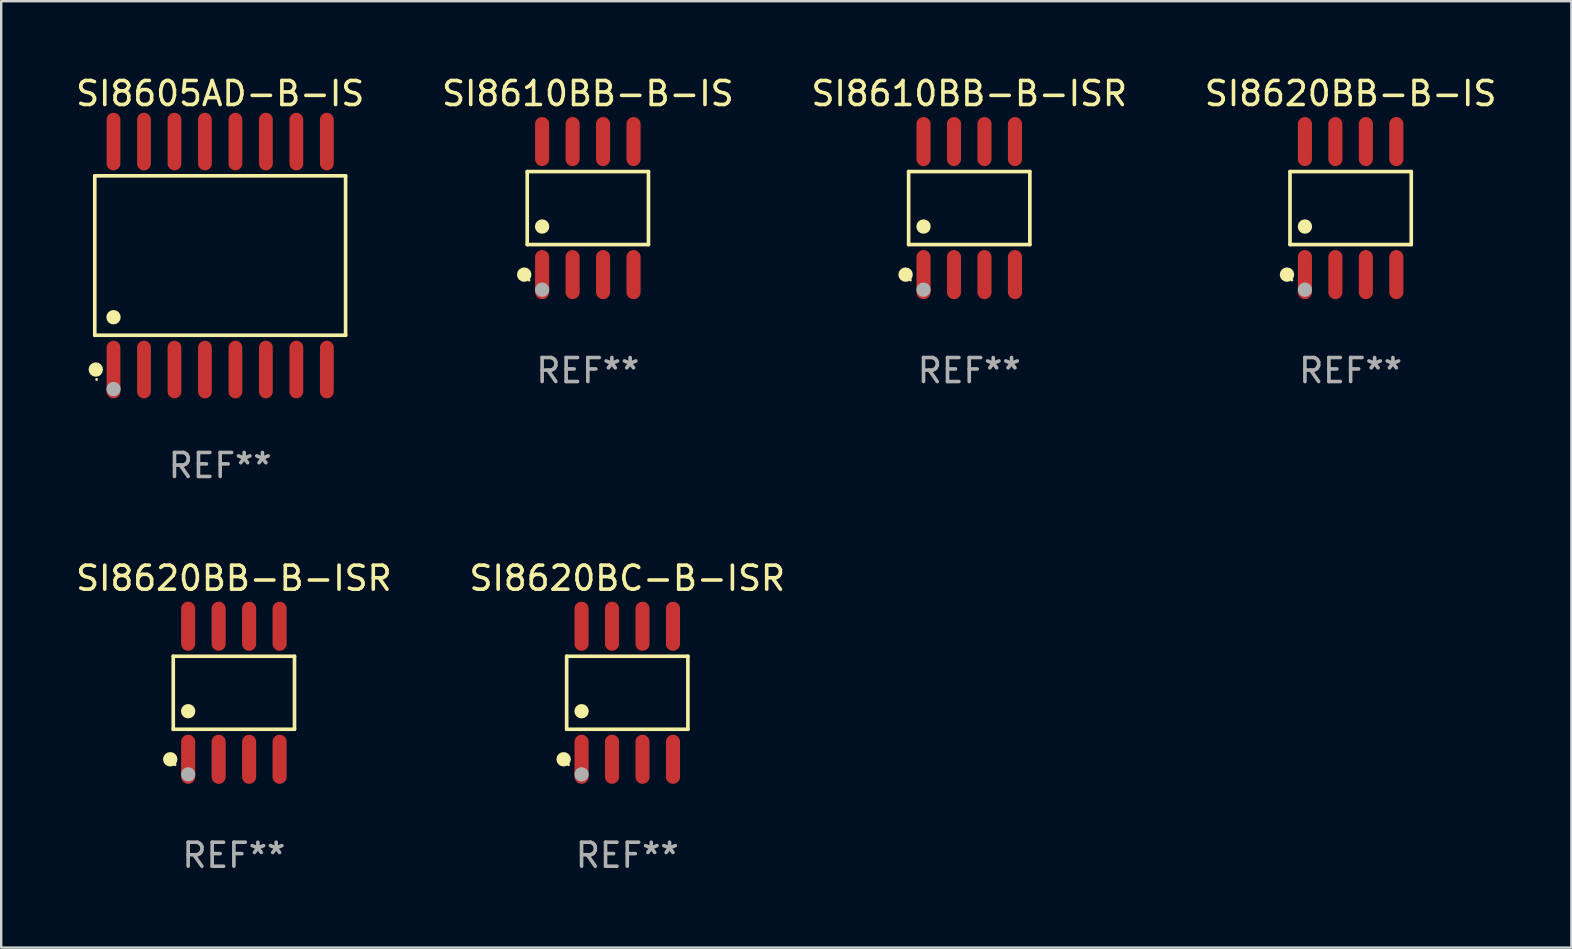
<source format=kicad_pcb>
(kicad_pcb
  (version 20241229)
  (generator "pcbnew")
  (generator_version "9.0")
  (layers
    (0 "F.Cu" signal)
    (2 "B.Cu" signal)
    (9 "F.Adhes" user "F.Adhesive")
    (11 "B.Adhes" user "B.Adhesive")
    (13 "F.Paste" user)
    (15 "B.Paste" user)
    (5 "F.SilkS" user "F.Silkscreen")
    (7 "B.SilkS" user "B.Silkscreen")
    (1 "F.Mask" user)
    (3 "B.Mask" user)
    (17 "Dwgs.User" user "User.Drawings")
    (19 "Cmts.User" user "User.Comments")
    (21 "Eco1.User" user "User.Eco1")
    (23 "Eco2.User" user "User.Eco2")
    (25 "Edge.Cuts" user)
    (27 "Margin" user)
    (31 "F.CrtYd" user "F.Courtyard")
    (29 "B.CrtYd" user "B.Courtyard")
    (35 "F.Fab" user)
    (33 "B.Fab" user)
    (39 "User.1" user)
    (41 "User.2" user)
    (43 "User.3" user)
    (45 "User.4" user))
  (footprint "SI8610BB-B-ISR"
    (layer "F.Cu")
    (at 37.339 5.621)
    (property "Reference" "SI8610BB-B-ISR" (at 0 -4.772 0) (layer "F.SilkS") (effects (font (size 1 1) (thickness 0.15))))
    (attr through_hole)
    (fp_line (start -2.526 -1.521) (end 2.526 -1.521) (stroke (width 0.152) (type solid)) (layer "F.SilkS"))
    (fp_line (start -2.526 1.521) (end -2.526 -1.521) (stroke (width 0.152) (type solid)) (layer "F.SilkS"))
    (fp_line (start 2.526 -1.521) (end 2.526 1.521) (stroke (width 0.152) (type solid)) (layer "F.SilkS"))
    (fp_line (start 2.526 1.521) (end -2.526 1.521) (stroke (width 0.152) (type solid)) (layer "F.SilkS"))
    (fp_circle (center -2.652 2.772) (end -2.501 2.772) (stroke (width 0.3) (type solid)) (fill no) (layer "F.SilkS"))
    (fp_circle (center -2.45 3) (end -2.42 3) (stroke (width 0.06) (type solid)) (fill no) (layer "F.SilkS"))
    (fp_circle (center -1.905 0.769) (end -1.755 0.769) (stroke (width 0.3) (type solid)) (fill no) (layer "F.SilkS"))
    (fp_circle (center -1.905 3.4) (end -1.755 3.4) (stroke (width 0.3) (type solid)) (fill no) (layer "F.Fab"))
    (fp_text user "REF**" (at 0 6.772 0) (layer "F.Fab") (effects (font (size 1 1) (thickness 0.15))))
    (pad "1" smd oval (at -1.905 2.772) (size 0.588 2.045) (layers "F.Cu" "F.Mask" "F.Paste"))
    (pad "2" smd oval (at -0.635 2.772) (size 0.588 2.045) (layers "F.Cu" "F.Mask" "F.Paste"))
    (pad "3" smd oval (at 0.635 2.772) (size 0.588 2.045) (layers "F.Cu" "F.Mask" "F.Paste"))
    (pad "4" smd oval (at 1.905 2.772) (size 0.588 2.045) (layers "F.Cu" "F.Mask" "F.Paste"))
    (pad "5" smd oval (at 1.905 -2.772) (size 0.588 2.045) (layers "F.Cu" "F.Mask" "F.Paste"))
    (pad "6" smd oval (at 0.635 -2.772) (size 0.588 2.045) (layers "F.Cu" "F.Mask" "F.Paste"))
    (pad "7" smd oval (at -0.635 -2.772) (size 0.588 2.045) (layers "F.Cu" "F.Mask" "F.Paste"))
    (pad "8" smd oval (at -1.905 -2.772) (size 0.588 2.045) (layers "F.Cu" "F.Mask" "F.Paste")))
  (footprint "SI8620BC-B-ISR"
    (layer "F.Cu")
    (at 23.089 25.818)
    (property "Reference" "SI8620BC-B-ISR" (at 0 -4.772 0) (layer "F.SilkS") (effects (font (size 1 1) (thickness 0.15))))
    (attr through_hole)
    (fp_line (start -2.526 -1.521) (end 2.526 -1.521) (stroke (width 0.152) (type solid)) (layer "F.SilkS"))
    (fp_line (start -2.526 1.521) (end -2.526 -1.521) (stroke (width 0.152) (type solid)) (layer "F.SilkS"))
    (fp_line (start 2.526 -1.521) (end 2.526 1.521) (stroke (width 0.152) (type solid)) (layer "F.SilkS"))
    (fp_line (start 2.526 1.521) (end -2.526 1.521) (stroke (width 0.152) (type solid)) (layer "F.SilkS"))
    (fp_circle (center -2.652 2.772) (end -2.501 2.772) (stroke (width 0.3) (type solid)) (fill no) (layer "F.SilkS"))
    (fp_circle (center -2.45 3) (end -2.42 3) (stroke (width 0.06) (type solid)) (fill no) (layer "F.SilkS"))
    (fp_circle (center -1.905 0.769) (end -1.755 0.769) (stroke (width 0.3) (type solid)) (fill no) (layer "F.SilkS"))
    (fp_circle (center -1.905 3.4) (end -1.755 3.4) (stroke (width 0.3) (type solid)) (fill no) (layer "F.Fab"))
    (fp_text user "REF**" (at 0 6.772 0) (layer "F.Fab") (effects (font (size 1 1) (thickness 0.15))))
    (pad "1" smd oval (at -1.905 2.772) (size 0.588 2.045) (layers "F.Cu" "F.Mask" "F.Paste"))
    (pad "2" smd oval (at -0.635 2.772) (size 0.588 2.045) (layers "F.Cu" "F.Mask" "F.Paste"))
    (pad "3" smd oval (at 0.635 2.772) (size 0.588 2.045) (layers "F.Cu" "F.Mask" "F.Paste"))
    (pad "4" smd oval (at 1.905 2.772) (size 0.588 2.045) (layers "F.Cu" "F.Mask" "F.Paste"))
    (pad "5" smd oval (at 1.905 -2.772) (size 0.588 2.045) (layers "F.Cu" "F.Mask" "F.Paste"))
    (pad "6" smd oval (at 0.635 -2.772) (size 0.588 2.045) (layers "F.Cu" "F.Mask" "F.Paste"))
    (pad "7" smd oval (at -0.635 -2.772) (size 0.588 2.045) (layers "F.Cu" "F.Mask" "F.Paste"))
    (pad "8" smd oval (at -1.905 -2.772) (size 0.588 2.045) (layers "F.Cu" "F.Mask" "F.Paste")))
  (footprint "SI8620BB-B-ISR"
    (layer "F.Cu")
    (at 6.696 25.818)
    (property "Reference" "SI8620BB-B-ISR" (at 0 -4.772 0) (layer "F.SilkS") (effects (font (size 1 1) (thickness 0.15))))
    (attr through_hole)
    (fp_line (start -2.526 -1.521) (end 2.526 -1.521) (stroke (width 0.152) (type solid)) (layer "F.SilkS"))
    (fp_line (start -2.526 1.521) (end -2.526 -1.521) (stroke (width 0.152) (type solid)) (layer "F.SilkS"))
    (fp_line (start 2.526 -1.521) (end 2.526 1.521) (stroke (width 0.152) (type solid)) (layer "F.SilkS"))
    (fp_line (start 2.526 1.521) (end -2.526 1.521) (stroke (width 0.152) (type solid)) (layer "F.SilkS"))
    (fp_circle (center -2.652 2.772) (end -2.501 2.772) (stroke (width 0.3) (type solid)) (fill no) (layer "F.SilkS"))
    (fp_circle (center -2.45 3) (end -2.42 3) (stroke (width 0.06) (type solid)) (fill no) (layer "F.SilkS"))
    (fp_circle (center -1.905 0.769) (end -1.755 0.769) (stroke (width 0.3) (type solid)) (fill no) (layer "F.SilkS"))
    (fp_circle (center -1.905 3.4) (end -1.755 3.4) (stroke (width 0.3) (type solid)) (fill no) (layer "F.Fab"))
    (fp_text user "REF**" (at 0 6.772 0) (layer "F.Fab") (effects (font (size 1 1) (thickness 0.15))))
    (pad "1" smd oval (at -1.905 2.772) (size 0.588 2.045) (layers "F.Cu" "F.Mask" "F.Paste"))
    (pad "2" smd oval (at -0.635 2.772) (size 0.588 2.045) (layers "F.Cu" "F.Mask" "F.Paste"))
    (pad "3" smd oval (at 0.635 2.772) (size 0.588 2.045) (layers "F.Cu" "F.Mask" "F.Paste"))
    (pad "4" smd oval (at 1.905 2.772) (size 0.588 2.045) (layers "F.Cu" "F.Mask" "F.Paste"))
    (pad "5" smd oval (at 1.905 -2.772) (size 0.588 2.045) (layers "F.Cu" "F.Mask" "F.Paste"))
    (pad "6" smd oval (at 0.635 -2.772) (size 0.588 2.045) (layers "F.Cu" "F.Mask" "F.Paste"))
    (pad "7" smd oval (at -0.635 -2.772) (size 0.588 2.045) (layers "F.Cu" "F.Mask" "F.Paste"))
    (pad "8" smd oval (at -1.905 -2.772) (size 0.588 2.045) (layers "F.Cu" "F.Mask" "F.Paste")))
  (footprint "SI8610BB-B-IS"
    (layer "F.Cu")
    (at 21.446 5.621)
    (property "Reference" "SI8610BB-B-IS" (at 0 -4.772 0) (layer "F.SilkS") (effects (font (size 1 1) (thickness 0.15))))
    (attr through_hole)
    (fp_line (start -2.526 -1.521) (end 2.526 -1.521) (stroke (width 0.152) (type solid)) (layer "F.SilkS"))
    (fp_line (start -2.526 1.521) (end -2.526 -1.521) (stroke (width 0.152) (type solid)) (layer "F.SilkS"))
    (fp_line (start 2.526 -1.521) (end 2.526 1.521) (stroke (width 0.152) (type solid)) (layer "F.SilkS"))
    (fp_line (start 2.526 1.521) (end -2.526 1.521) (stroke (width 0.152) (type solid)) (layer "F.SilkS"))
    (fp_circle (center -2.652 2.772) (end -2.501 2.772) (stroke (width 0.3) (type solid)) (fill no) (layer "F.SilkS"))
    (fp_circle (center -2.45 3) (end -2.42 3) (stroke (width 0.06) (type solid)) (fill no) (layer "F.SilkS"))
    (fp_circle (center -1.905 0.769) (end -1.755 0.769) (stroke (width 0.3) (type solid)) (fill no) (layer "F.SilkS"))
    (fp_circle (center -1.905 3.4) (end -1.755 3.4) (stroke (width 0.3) (type solid)) (fill no) (layer "F.Fab"))
    (fp_text user "REF**" (at 0 6.772 0) (layer "F.Fab") (effects (font (size 1 1) (thickness 0.15))))
    (pad "1" smd oval (at -1.905 2.772) (size 0.588 2.045) (layers "F.Cu" "F.Mask" "F.Paste"))
    (pad "2" smd oval (at -0.635 2.772) (size 0.588 2.045) (layers "F.Cu" "F.Mask" "F.Paste"))
    (pad "3" smd oval (at 0.635 2.772) (size 0.588 2.045) (layers "F.Cu" "F.Mask" "F.Paste"))
    (pad "4" smd oval (at 1.905 2.772) (size 0.588 2.045) (layers "F.Cu" "F.Mask" "F.Paste"))
    (pad "5" smd oval (at 1.905 -2.772) (size 0.588 2.045) (layers "F.Cu" "F.Mask" "F.Paste"))
    (pad "6" smd oval (at 0.635 -2.772) (size 0.588 2.045) (layers "F.Cu" "F.Mask" "F.Paste"))
    (pad "7" smd oval (at -0.635 -2.772) (size 0.588 2.045) (layers "F.Cu" "F.Mask" "F.Paste"))
    (pad "8" smd oval (at -1.905 -2.772) (size 0.588 2.045) (layers "F.Cu" "F.Mask" "F.Paste")))
  (footprint "SI8605AD-B-IS"
    (layer "F.Cu")
    (at 6.125 7.599)
    (property "Reference" "SI8605AD-B-IS" (at 0 -6.75 0) (layer "F.SilkS") (effects (font (size 1 1) (thickness 0.15))))
    (attr through_hole)
    (fp_line (start -5.226 -3.321) (end 5.226 -3.321) (stroke (width 0.152) (type solid)) (layer "F.SilkS"))
    (fp_line (start -5.226 3.321) (end -5.226 -3.321) (stroke (width 0.152) (type solid)) (layer "F.SilkS"))
    (fp_line (start 5.226 -3.321) (end 5.226 3.321) (stroke (width 0.152) (type solid)) (layer "F.SilkS"))
    (fp_line (start 5.226 3.321) (end -5.226 3.321) (stroke (width 0.152) (type solid)) (layer "F.SilkS"))
    (fp_circle (center -5.184 4.75) (end -5.034 4.75) (stroke (width 0.3) (type solid)) (fill no) (layer "F.SilkS"))
    (fp_circle (center -5.15 5.163) (end -5.12 5.163) (stroke (width 0.06) (type solid)) (fill no) (layer "F.SilkS"))
    (fp_circle (center -4.445 2.569) (end -4.295 2.569) (stroke (width 0.3) (type solid)) (fill no) (layer "F.SilkS"))
    (fp_circle (center -4.445 5.563) (end -4.295 5.563) (stroke (width 0.3) (type solid)) (fill no) (layer "F.Fab"))
    (fp_text user "REF**" (at 0 8.75 0) (layer "F.Fab") (effects (font (size 1 1) (thickness 0.15))))
    (pad "1" smd oval (at -4.445 4.75) (size 0.574 2.401) (layers "F.Cu" "F.Mask" "F.Paste"))
    (pad "2" smd oval (at -3.175 4.75) (size 0.574 2.401) (layers "F.Cu" "F.Mask" "F.Paste"))
    (pad "3" smd oval (at -1.905 4.75) (size 0.574 2.401) (layers "F.Cu" "F.Mask" "F.Paste"))
    (pad "4" smd oval (at -0.635 4.75) (size 0.574 2.401) (layers "F.Cu" "F.Mask" "F.Paste"))
    (pad "5" smd oval (at 0.635 4.75) (size 0.574 2.401) (layers "F.Cu" "F.Mask" "F.Paste"))
    (pad "6" smd oval (at 1.905 4.75) (size 0.574 2.401) (layers "F.Cu" "F.Mask" "F.Paste"))
    (pad "7" smd oval (at 3.175 4.75) (size 0.574 2.401) (layers "F.Cu" "F.Mask" "F.Paste"))
    (pad "8" smd oval (at 4.445 4.75) (size 0.574 2.401) (layers "F.Cu" "F.Mask" "F.Paste"))
    (pad "9" smd oval (at 4.445 -4.75) (size 0.574 2.401) (layers "F.Cu" "F.Mask" "F.Paste"))
    (pad "10" smd oval (at 3.175 -4.75) (size 0.574 2.401) (layers "F.Cu" "F.Mask" "F.Paste"))
    (pad "11" smd oval (at 1.905 -4.75) (size 0.574 2.401) (layers "F.Cu" "F.Mask" "F.Paste"))
    (pad "12" smd oval (at 0.635 -4.75) (size 0.574 2.401) (layers "F.Cu" "F.Mask" "F.Paste"))
    (pad "13" smd oval (at -0.635 -4.75) (size 0.574 2.401) (layers "F.Cu" "F.Mask" "F.Paste"))
    (pad "14" smd oval (at -1.905 -4.75) (size 0.574 2.401) (layers "F.Cu" "F.Mask" "F.Paste"))
    (pad "15" smd oval (at -3.175 -4.75) (size 0.574 2.401) (layers "F.Cu" "F.Mask" "F.Paste"))
    (pad "16" smd oval (at -4.445 -4.75) (size 0.574 2.401) (layers "F.Cu" "F.Mask" "F.Paste")))
  (footprint "SI8620BB-B-IS"
    (layer "F.Cu")
    (at 53.232 5.621)
    (property "Reference" "SI8620BB-B-IS" (at 0 -4.772 0) (layer "F.SilkS") (effects (font (size 1 1) (thickness 0.15))))
    (attr through_hole)
    (fp_line (start -2.526 -1.521) (end 2.526 -1.521) (stroke (width 0.152) (type solid)) (layer "F.SilkS"))
    (fp_line (start -2.526 1.521) (end -2.526 -1.521) (stroke (width 0.152) (type solid)) (layer "F.SilkS"))
    (fp_line (start 2.526 -1.521) (end 2.526 1.521) (stroke (width 0.152) (type solid)) (layer "F.SilkS"))
    (fp_line (start 2.526 1.521) (end -2.526 1.521) (stroke (width 0.152) (type solid)) (layer "F.SilkS"))
    (fp_circle (center -2.652 2.772) (end -2.501 2.772) (stroke (width 0.3) (type solid)) (fill no) (layer "F.SilkS"))
    (fp_circle (center -2.45 3) (end -2.42 3) (stroke (width 0.06) (type solid)) (fill no) (layer "F.SilkS"))
    (fp_circle (center -1.905 0.769) (end -1.755 0.769) (stroke (width 0.3) (type solid)) (fill no) (layer "F.SilkS"))
    (fp_circle (center -1.905 3.4) (end -1.755 3.4) (stroke (width 0.3) (type solid)) (fill no) (layer "F.Fab"))
    (fp_text user "REF**" (at 0 6.772 0) (layer "F.Fab") (effects (font (size 1 1) (thickness 0.15))))
    (pad "1" smd oval (at -1.905 2.772) (size 0.588 2.045) (layers "F.Cu" "F.Mask" "F.Paste"))
    (pad "2" smd oval (at -0.635 2.772) (size 0.588 2.045) (layers "F.Cu" "F.Mask" "F.Paste"))
    (pad "3" smd oval (at 0.635 2.772) (size 0.588 2.045) (layers "F.Cu" "F.Mask" "F.Paste"))
    (pad "4" smd oval (at 1.905 2.772) (size 0.588 2.045) (layers "F.Cu" "F.Mask" "F.Paste"))
    (pad "5" smd oval (at 1.905 -2.772) (size 0.588 2.045) (layers "F.Cu" "F.Mask" "F.Paste"))
    (pad "6" smd oval (at 0.635 -2.772) (size 0.588 2.045) (layers "F.Cu" "F.Mask" "F.Paste"))
    (pad "7" smd oval (at -0.635 -2.772) (size 0.588 2.045) (layers "F.Cu" "F.Mask" "F.Paste"))
    (pad "8" smd oval (at -1.905 -2.772) (size 0.588 2.045) (layers "F.Cu" "F.Mask" "F.Paste")))
  (gr_rect
    (start -3 -3)
    (end 62.429 36.438)
    (stroke (width 0.1) (type default))
    (fill no)
    (layer "Edge.Cuts")))
</source>
